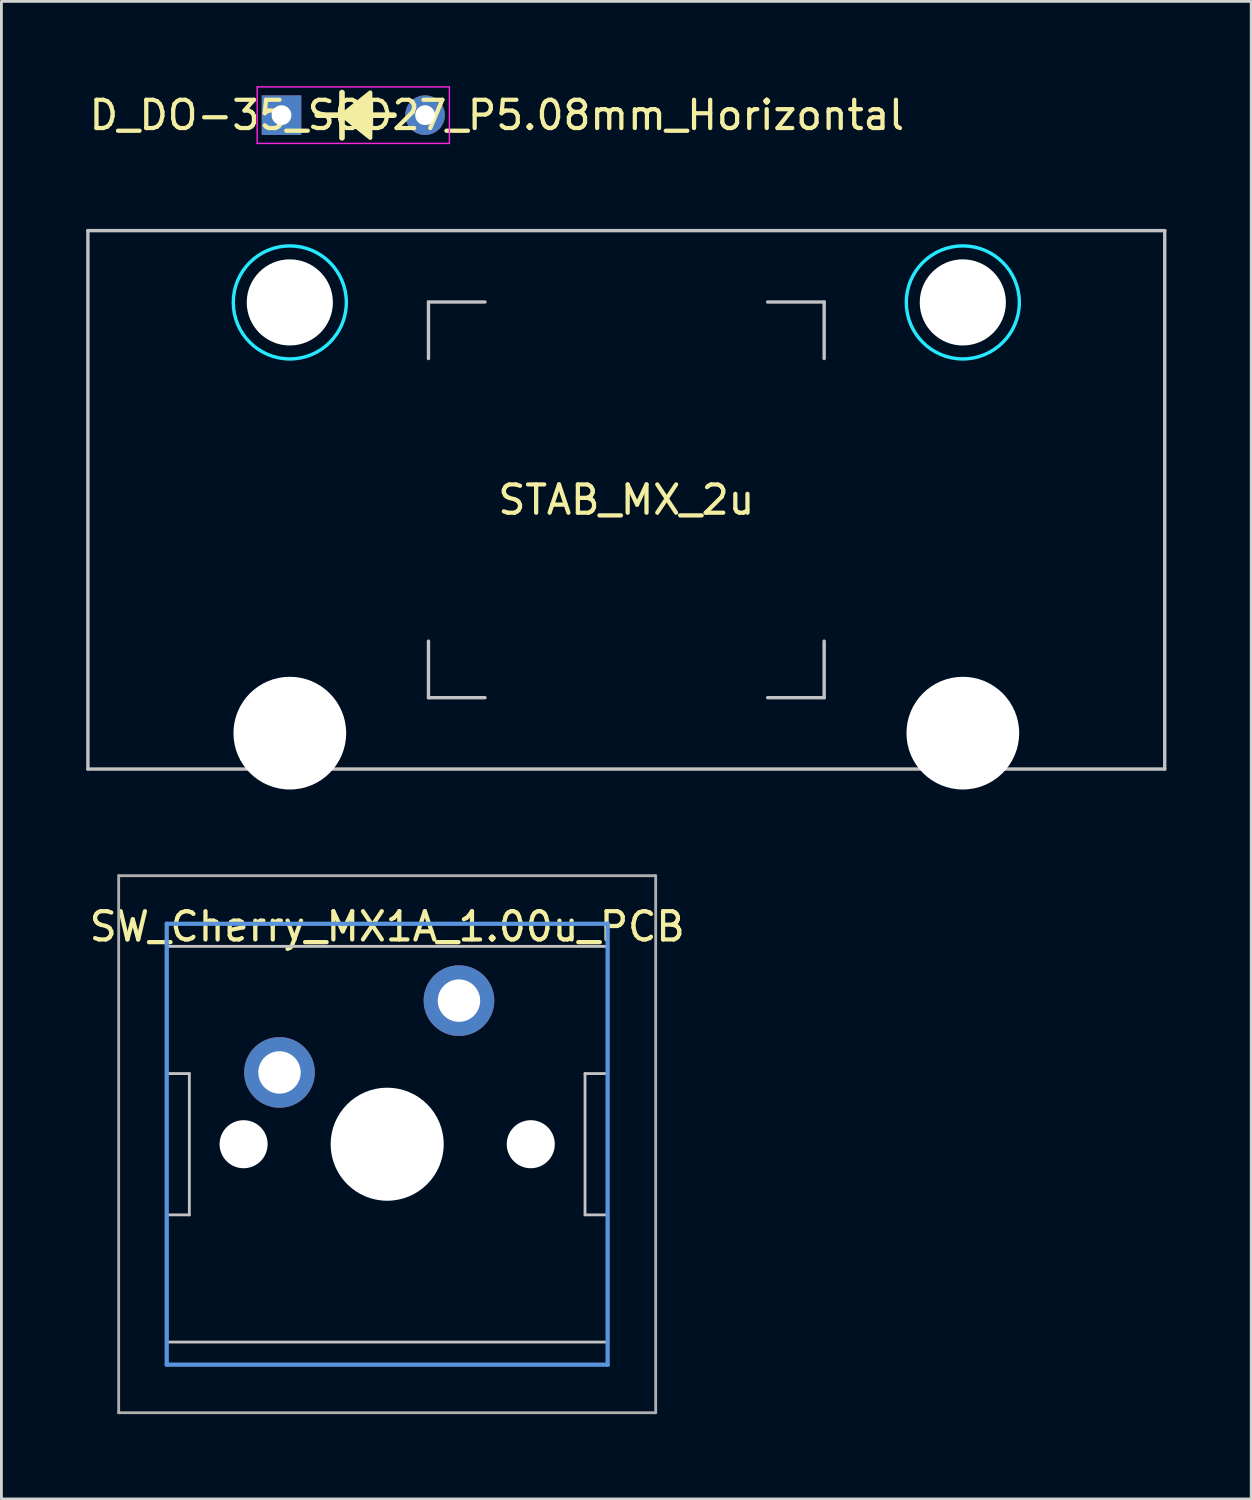
<source format=kicad_pcb>
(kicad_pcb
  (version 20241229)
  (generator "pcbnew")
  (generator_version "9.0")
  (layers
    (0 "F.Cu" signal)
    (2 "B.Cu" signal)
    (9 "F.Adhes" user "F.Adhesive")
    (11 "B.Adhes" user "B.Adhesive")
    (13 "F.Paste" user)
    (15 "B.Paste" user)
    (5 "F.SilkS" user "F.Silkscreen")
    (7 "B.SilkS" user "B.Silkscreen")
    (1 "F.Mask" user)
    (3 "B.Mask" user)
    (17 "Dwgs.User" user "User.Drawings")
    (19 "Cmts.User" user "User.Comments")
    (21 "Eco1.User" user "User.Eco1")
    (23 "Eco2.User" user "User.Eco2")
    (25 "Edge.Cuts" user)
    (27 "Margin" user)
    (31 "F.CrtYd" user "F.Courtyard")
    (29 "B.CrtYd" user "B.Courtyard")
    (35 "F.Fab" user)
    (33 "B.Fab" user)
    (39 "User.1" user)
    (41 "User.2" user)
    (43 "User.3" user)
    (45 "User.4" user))
  (footprint "SW_Cherry_MX1A_1.00u_PCB"
    (layer "F.Cu")
    (at 10.649 37.434)
    (property "Reference" "SW_Cherry_MX1A_1.00u_PCB" (at 0 -7.7 0) (layer "F.SilkS") (effects (font (size 1 1) (thickness 0.15))))
    (attr through_hole)
    (fp_line (start -7.8 -7) (end 7.8 -7) (stroke (width 0.1) (type solid)) (layer "Dwgs.User"))
    (fp_line (start -7.8 -2.5) (end -7.8 -7) (stroke (width 0.1) (type solid)) (layer "Dwgs.User"))
    (fp_line (start -7.8 -2.5) (end -7 -2.5) (stroke (width 0.1) (type solid)) (layer "Dwgs.User"))
    (fp_line (start -7.8 2.5) (end -7 2.5) (stroke (width 0.1) (type solid)) (layer "Dwgs.User"))
    (fp_line (start -7.8 7) (end -7.8 2.5) (stroke (width 0.1) (type solid)) (layer "Dwgs.User"))
    (fp_line (start -7.8 7) (end 7.8 7) (stroke (width 0.1) (type solid)) (layer "Dwgs.User"))
    (fp_line (start -7 -2.5) (end -7 2.5) (stroke (width 0.1) (type solid)) (layer "Dwgs.User"))
    (fp_line (start 7 -2.5) (end 7 2.5) (stroke (width 0.1) (type solid)) (layer "Dwgs.User"))
    (fp_line (start 7 -2.5) (end 7.8 -2.5) (stroke (width 0.1) (type solid)) (layer "Dwgs.User"))
    (fp_line (start 7 2.5) (end 7.8 2.5) (stroke (width 0.1) (type solid)) (layer "Dwgs.User"))
    (fp_line (start 7.8 -2.5) (end 7.8 -7) (stroke (width 0.1) (type solid)) (layer "Dwgs.User"))
    (fp_line (start 7.8 7) (end 7.8 2.5) (stroke (width 0.1) (type solid)) (layer "Dwgs.User"))
    (fp_line (start -7.8 -7.8) (end 7.8 -7.8) (stroke (width 0.15) (type solid)) (layer "Cmts.User"))
    (fp_line (start -7.8 7.8) (end -7.8 -7.8) (stroke (width 0.15) (type solid)) (layer "Cmts.User"))
    (fp_line (start 7.8 -7.8) (end 7.8 7.8) (stroke (width 0.15) (type solid)) (layer "Cmts.User"))
    (fp_line (start 7.8 7.8) (end -7.8 7.8) (stroke (width 0.15) (type solid)) (layer "Cmts.User"))
    (fp_line (start -9.5 -9.5) (end 9.5 -9.5) (stroke (width 0.1) (type solid)) (layer "F.Fab"))
    (fp_line (start -9.5 9.5) (end -9.5 -9.5) (stroke (width 0.1) (type solid)) (layer "F.Fab"))
    (fp_line (start 9.5 -9.5) (end 9.5 9.5) (stroke (width 0.1) (type solid)) (layer "F.Fab"))
    (fp_line (start 9.5 9.5) (end -9.5 9.5) (stroke (width 0.1) (type solid)) (layer "F.Fab"))
    (pad "" np_thru_hole circle (at -5.08 0) (size 1.7 1.7) (drill 1.7) (layers "*.Cu" "*.Mask"))
    (pad "" np_thru_hole circle (at 0 0) (size 4 4) (drill 4) (layers "*.Cu" "*.Mask"))
    (pad "" np_thru_hole circle (at 5.08 0) (size 1.7 1.7) (drill 1.7) (layers "*.Cu" "*.Mask"))
    (pad "1" thru_hole circle (at -3.81 -2.54) (size 2.5 2.5) (drill 1.5) (layers "*.Cu" "*.Mask"))
    (pad "2" thru_hole circle (at 2.54 -5.08) (size 2.5 2.5) (drill 1.5) (layers "*.Cu" "*.Mask")))
  (footprint "STAB_MX_2u"
    (layer "F.Cu")
    (at 19.11 14.635)
    (property "Reference" "STAB_MX_2u" (at 0 0 0) (layer "F.SilkS") (effects (font (size 1 1) (thickness 0.15))))
    (attr through_hole exclude_from_pos_files exclude_from_bom)
    (fp_line (start -19.05 -9.525) (end -19.05 9.525) (stroke (width 0.12) (type solid)) (layer "Dwgs.User"))
    (fp_line (start -19.05 -9.525) (end 19.05 -9.525) (stroke (width 0.12) (type solid)) (layer "Dwgs.User"))
    (fp_line (start -19.05 9.525) (end 19.05 9.525) (stroke (width 0.12) (type solid)) (layer "Dwgs.User"))
    (fp_line (start -7 -7) (end -5 -7) (stroke (width 0.12) (type solid)) (layer "Dwgs.User"))
    (fp_line (start -7 -5) (end -7 -7) (stroke (width 0.12) (type solid)) (layer "Dwgs.User"))
    (fp_line (start -7 7) (end -7 5) (stroke (width 0.12) (type solid)) (layer "Dwgs.User"))
    (fp_line (start -5 7) (end -7 7) (stroke (width 0.12) (type solid)) (layer "Dwgs.User"))
    (fp_line (start 5 -7) (end 7 -7) (stroke (width 0.12) (type solid)) (layer "Dwgs.User"))
    (fp_line (start 5 7) (end 7 7) (stroke (width 0.12) (type solid)) (layer "Dwgs.User"))
    (fp_line (start 7 -7) (end 7 -5) (stroke (width 0.12) (type solid)) (layer "Dwgs.User"))
    (fp_line (start 7 7) (end 7 5) (stroke (width 0.12) (type solid)) (layer "Dwgs.User"))
    (fp_line (start 19.05 -9.525) (end 19.05 9.525) (stroke (width 0.12) (type solid)) (layer "Dwgs.User"))
    (fp_line (start -15.281 -5.5) (end -15.281 7.5) (stroke (width 0.05) (type solid)) (layer "Eco2.User"))
    (fp_line (start -14.781 -6) (end -9.031 -6) (stroke (width 0.05) (type solid)) (layer "Eco2.User"))
    (fp_line (start -14.781 8) (end -9.031 8) (stroke (width 0.05) (type solid)) (layer "Eco2.User"))
    (fp_line (start -8.531 -5.5) (end -8.531 7.5) (stroke (width 0.05) (type solid)) (layer "Eco2.User"))
    (fp_line (start 8.531 -5.5) (end 8.531 7.5) (stroke (width 0.05) (type solid)) (layer "Eco2.User"))
    (fp_line (start 9.031 -6) (end 14.78 -6) (stroke (width 0.05) (type solid)) (layer "Eco2.User"))
    (fp_line (start 9.031 8) (end 14.781 8) (stroke (width 0.05) (type solid)) (layer "Eco2.User"))
    (fp_line (start 15.28 -5.5) (end 15.281 7.5) (stroke (width 0.05) (type solid)) (layer "Eco2.User"))
    (fp_arc (start -15.28125 -5.499999) (mid -15.134803 -5.853552) (end -14.78125 -5.999999) (stroke (width 0.05) (type solid)) (layer "Eco2.User"))
    (fp_arc (start -14.78125 8.000001) (mid -15.134803 7.853554) (end -15.28125 7.500001) (stroke (width 0.05) (type solid)) (layer "Eco2.User"))
    (fp_arc (start -9.03125 -5.999999) (mid -8.677697 -5.853552) (end -8.53125 -5.499999) (stroke (width 0.05) (type solid)) (layer "Eco2.User"))
    (fp_arc (start -8.53125 7.500001) (mid -8.677697 7.853554) (end -9.03125 8.000001) (stroke (width 0.05) (type solid)) (layer "Eco2.User"))
    (fp_arc (start 8.53125 -5.499999) (mid 8.677697 -5.853552) (end 9.03125 -5.999999) (stroke (width 0.05) (type solid)) (layer "Eco2.User"))
    (fp_arc (start 9.03125 8.000001) (mid 8.677697 7.853554) (end 8.53125 7.500001) (stroke (width 0.05) (type solid)) (layer "Eco2.User"))
    (fp_arc (start 14.780039 -5.999999) (mid 15.133592 -5.853552) (end 15.280039 -5.499999) (stroke (width 0.05) (type solid)) (layer "Eco2.User"))
    (fp_arc (start 15.28125 7.500001) (mid 15.134803 7.853554) (end 14.78125 8.000001) (stroke (width 0.05) (type solid)) (layer "Eco2.User"))
    (fp_circle (center -11.906 -6.985) (end -9.906 -6.985) (stroke (width 0.12) (type solid)) (fill no) (layer "B.CrtYd"))
    (fp_circle (center 11.906 -6.985) (end 13.906 -6.985) (stroke (width 0.12) (type solid)) (fill no) (layer "B.CrtYd"))
    (pad "" np_thru_hole circle (at -11.906 -6.985) (size 3.048 3.048) (drill 3.048) (layers "*.Cu" "*.Mask"))
    (pad "" np_thru_hole circle (at -11.906 8.255) (size 3.988 3.988) (drill 3.988) (layers "*.Cu" "*.Mask"))
    (pad "" np_thru_hole circle (at 11.906 -6.985) (size 3.048 3.048) (drill 3.048) (layers "*.Cu" "*.Mask"))
    (pad "" np_thru_hole circle (at 11.906 8.255) (size 3.988 3.988) (drill 3.988) (layers "*.Cu" "*.Mask")))
  (footprint "D_DO-35_SOD27_P5.08mm_Horizontal"
    (layer "F.Cu")
    (at 9.45 1.025)
    (property "Reference" "D_DO-35_SOD27_P5.08mm_Horizontal" (at 5.08 0 0) (layer "F.SilkS") (effects (font (size 1 1) (thickness 0.15))))
    (attr through_hole)
    (fp_line (start -1.274 0) (end 1.44 0) (stroke (width 0.2) (type solid)) (layer "F.SilkS"))
    (fp_line (start -0.4 -0.8) (end -0.4 0.8) (stroke (width 0.2) (type solid)) (layer "F.SilkS"))
    (fp_poly (pts (xy 0.6 -0.8) (xy 0.6 0.8) (xy -0.4 0)) (stroke (width 0.15) (type solid)) (fill yes) (layer "F.SilkS"))
    (fp_line (start -3.4 -1) (end -3.4 1) (stroke (width 0.05) (type solid)) (layer "F.CrtYd"))
    (fp_line (start -3.4 1) (end 3.4 1) (stroke (width 0.05) (type solid)) (layer "F.CrtYd"))
    (fp_line (start 3.4 -1) (end -3.4 -1) (stroke (width 0.05) (type solid)) (layer "F.CrtYd"))
    (fp_line (start 3.4 1) (end 3.4 -1) (stroke (width 0.05) (type solid)) (layer "F.CrtYd"))
    (pad "1" thru_hole rect (at -2.54 0) (size 1.4 1.4) (drill 0.7) (layers "*.Cu" "*.Mask"))
    (pad "2" thru_hole circle (at 2.54 0) (size 1.4 1.4) (drill 0.7) (layers "*.Cu" "*.Mask")))
  (gr_rect
    (start -3 -3)
    (end 41.22 49.984)
    (stroke (width 0.1) (type default))
    (fill no)
    (layer "Edge.Cuts")))
</source>
